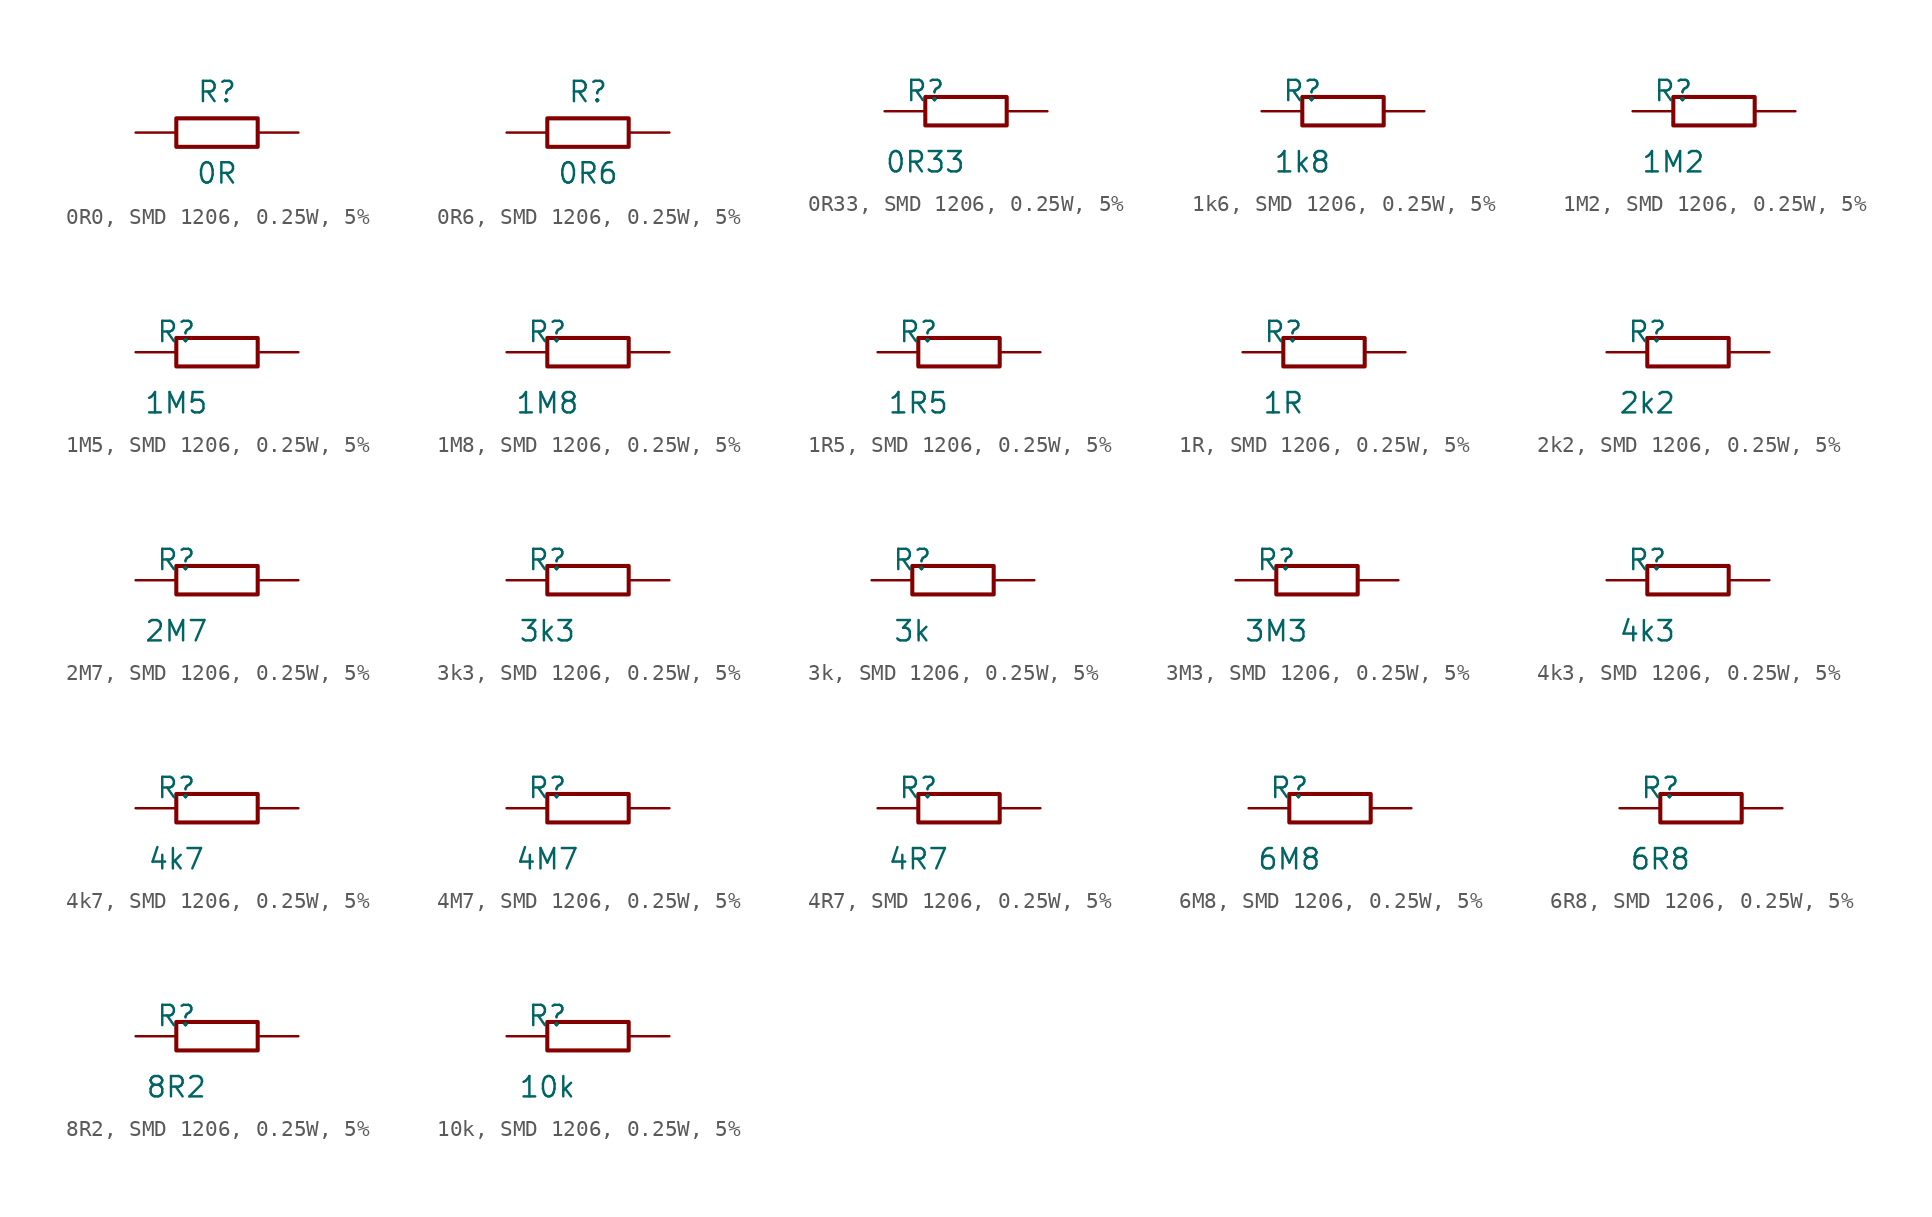
<source format=kicad_sym>
(kicad_symbol_lib
  (version 20220914)
  (generator kicad_symbol_editor)
  (symbol "0R0, SMD 1206, 0.25W, 5%"
    (pin_numbers hide)
    (pin_names
      (offset 0) hide)
    (property "Reference" "R"
      (at 0 2.54 0)
      (effects (font (size 1.27 1.27))))
    (property "Value" "0R"
      (at 0 -2.54 0)
      (effects (font (size 1.27 1.27))))
    (symbol "0R0, SMD 1206, 0.25W, 5%_0_1"
      (rectangle (start -2.54 0.889) (end 2.54 -0.889) (stroke (width 0.254) (type default)) (fill (type none))))
    (symbol "0R0, SMD 1206, 0.25W, 5%_1_1"
      (pin passive line (at -5.08 0 0) (length 2.54) (name "1" (effects (font (size 1.27 1.27)))) (number "1" (effects (font (size 1.27 1.27)))))
      (pin passive line (at 5.08 0 180) (length 2.54) (name "2" (effects (font (size 1.27 1.27)))) (number "2" (effects (font (size 1.27 1.27)))))))
  (symbol "0R6, SMD 1206, 0.25W, 5%"
    (pin_numbers hide)
    (pin_names
      (offset 0) hide)
    (property "Reference" "R"
      (at 0 2.54 0)
      (effects (font (size 1.27 1.27))))
    (property "Value" "0R6"
      (at 0 -2.54 0)
      (effects (font (size 1.27 1.27))))
    (symbol "0R6, SMD 1206, 0.25W, 5%_0_1"
      (rectangle (start -2.54 0.889) (end 2.54 -0.889) (stroke (width 0.254) (type default)) (fill (type none))))
    (symbol "0R6, SMD 1206, 0.25W, 5%_1_1"
      (pin passive line (at -5.08 0 0) (length 2.54) (name "1" (effects (font (size 1.27 1.27)))) (number "1" (effects (font (size 1.27 1.27)))))
      (pin passive line (at 5.08 0 180) (length 2.54) (name "2" (effects (font (size 1.27 1.27)))) (number "2" (effects (font (size 1.27 1.27)))))))
  (symbol "0R33, SMD 1206, 0.25W, 5%"
    (pin_numbers hide)
    (pin_names
      (offset 0) hide)
    (property "Reference" "R"
      (at -2.54 1.27 0)
      (effects (font (size 1.27 1.27))))
    (property "Value" "0R33"
      (at -2.54 -3.175 0)
      (effects (font (size 1.27 1.27))))
    (symbol "0R33, SMD 1206, 0.25W, 5%_0_1"
      (rectangle (start -2.54 0.889) (end 2.54 -0.889) (stroke (width 0.254) (type default)) (fill (type none))))
    (symbol "0R33, SMD 1206, 0.25W, 5%_1_1"
      (pin passive line (at -5.08 0 0) (length 2.54) (name "1" (effects (font (size 1.27 1.27)))) (number "1" (effects (font (size 1.27 1.27)))))
      (pin passive line (at 5.08 0 180) (length 2.54) (name "2" (effects (font (size 1.27 1.27)))) (number "2" (effects (font (size 1.27 1.27)))))))
  (symbol "1k6, SMD 1206, 0.25W, 5%"
    (pin_numbers hide)
    (pin_names
      (offset 0) hide)
    (property "Reference" "R"
      (at -2.54 1.27 0)
      (effects (font (size 1.27 1.27))))
    (property "Value" "1k8"
      (at -2.54 -3.175 0)
      (effects (font (size 1.27 1.27))))
    (symbol "1k6, SMD 1206, 0.25W, 5%_0_1"
      (rectangle (start -2.54 0.889) (end 2.54 -0.889) (stroke (width 0.254) (type default)) (fill (type none))))
    (symbol "1k6, SMD 1206, 0.25W, 5%_1_1"
      (pin passive line (at -5.08 0 0) (length 2.54) (name "1" (effects (font (size 1.27 1.27)))) (number "1" (effects (font (size 1.27 1.27)))))
      (pin passive line (at 5.08 0 180) (length 2.54) (name "2" (effects (font (size 1.27 1.27)))) (number "2" (effects (font (size 1.27 1.27)))))))
  (symbol "1M2, SMD 1206, 0.25W, 5%"
    (pin_numbers hide)
    (pin_names
      (offset 0) hide)
    (property "Reference" "R"
      (at -2.54 1.27 0)
      (effects (font (size 1.27 1.27))))
    (property "Value" "1M2"
      (at -2.54 -3.175 0)
      (effects (font (size 1.27 1.27))))
    (symbol "1M2, SMD 1206, 0.25W, 5%_0_1"
      (rectangle (start -2.54 0.889) (end 2.54 -0.889) (stroke (width 0.254) (type default)) (fill (type none))))
    (symbol "1M2, SMD 1206, 0.25W, 5%_1_1"
      (pin passive line (at -5.08 0 0) (length 2.54) (name "1" (effects (font (size 1.27 1.27)))) (number "1" (effects (font (size 1.27 1.27)))))
      (pin passive line (at 5.08 0 180) (length 2.54) (name "2" (effects (font (size 1.27 1.27)))) (number "2" (effects (font (size 1.27 1.27)))))))
  (symbol "1M5, SMD 1206, 0.25W, 5%"
    (pin_numbers hide)
    (pin_names
      (offset 0) hide)
    (property "Reference" "R"
      (at -2.54 1.27 0)
      (effects (font (size 1.27 1.27))))
    (property "Value" "1M5"
      (at -2.54 -3.175 0)
      (effects (font (size 1.27 1.27))))
    (symbol "1M5, SMD 1206, 0.25W, 5%_0_1"
      (rectangle (start -2.54 0.889) (end 2.54 -0.889) (stroke (width 0.254) (type default)) (fill (type none))))
    (symbol "1M5, SMD 1206, 0.25W, 5%_1_1"
      (pin passive line (at -5.08 0 0) (length 2.54) (name "1" (effects (font (size 1.27 1.27)))) (number "1" (effects (font (size 1.27 1.27)))))
      (pin passive line (at 5.08 0 180) (length 2.54) (name "2" (effects (font (size 1.27 1.27)))) (number "2" (effects (font (size 1.27 1.27)))))))
  (symbol "1M8, SMD 1206, 0.25W, 5%"
    (pin_numbers hide)
    (pin_names
      (offset 0) hide)
    (property "Reference" "R"
      (at -2.54 1.27 0)
      (effects (font (size 1.27 1.27))))
    (property "Value" "1M8"
      (at -2.54 -3.175 0)
      (effects (font (size 1.27 1.27))))
    (symbol "1M8, SMD 1206, 0.25W, 5%_0_1"
      (rectangle (start -2.54 0.889) (end 2.54 -0.889) (stroke (width 0.254) (type default)) (fill (type none))))
    (symbol "1M8, SMD 1206, 0.25W, 5%_1_1"
      (pin passive line (at -5.08 0 0) (length 2.54) (name "1" (effects (font (size 1.27 1.27)))) (number "1" (effects (font (size 1.27 1.27)))))
      (pin passive line (at 5.08 0 180) (length 2.54) (name "2" (effects (font (size 1.27 1.27)))) (number "2" (effects (font (size 1.27 1.27)))))))
  (symbol "1R5, SMD 1206, 0.25W, 5%"
    (pin_numbers hide)
    (pin_names
      (offset 0) hide)
    (property "Reference" "R"
      (at -2.54 1.27 0)
      (effects (font (size 1.27 1.27))))
    (property "Value" "1R5"
      (at -2.54 -3.175 0)
      (effects (font (size 1.27 1.27))))
    (symbol "1R5, SMD 1206, 0.25W, 5%_0_1"
      (rectangle (start -2.54 0.889) (end 2.54 -0.889) (stroke (width 0.254) (type default)) (fill (type none))))
    (symbol "1R5, SMD 1206, 0.25W, 5%_1_1"
      (pin passive line (at -5.08 0 0) (length 2.54) (name "1" (effects (font (size 1.27 1.27)))) (number "1" (effects (font (size 1.27 1.27)))))
      (pin passive line (at 5.08 0 180) (length 2.54) (name "2" (effects (font (size 1.27 1.27)))) (number "2" (effects (font (size 1.27 1.27)))))))
  (symbol "1R, SMD 1206, 0.25W, 5%"
    (pin_numbers hide)
    (pin_names
      (offset 0) hide)
    (property "Reference" "R"
      (at -2.54 1.27 0)
      (effects (font (size 1.27 1.27))))
    (property "Value" "1R"
      (at -2.54 -3.175 0)
      (effects (font (size 1.27 1.27))))
    (symbol "1R, SMD 1206, 0.25W, 5%_0_1"
      (rectangle (start -2.54 0.889) (end 2.54 -0.889) (stroke (width 0.254) (type default)) (fill (type none))))
    (symbol "1R, SMD 1206, 0.25W, 5%_1_1"
      (pin passive line (at -5.08 0 0) (length 2.54) (name "1" (effects (font (size 1.27 1.27)))) (number "1" (effects (font (size 1.27 1.27)))))
      (pin passive line (at 5.08 0 180) (length 2.54) (name "2" (effects (font (size 1.27 1.27)))) (number "2" (effects (font (size 1.27 1.27)))))))
  (symbol "2k2, SMD 1206, 0.25W, 5%"
    (pin_numbers hide)
    (pin_names
      (offset 0) hide)
    (property "Reference" "R"
      (at -2.54 1.27 0)
      (effects (font (size 1.27 1.27))))
    (property "Value" "2k2"
      (at -2.54 -3.175 0)
      (effects (font (size 1.27 1.27))))
    (symbol "2k2, SMD 1206, 0.25W, 5%_0_1"
      (rectangle (start -2.54 0.889) (end 2.54 -0.889) (stroke (width 0.254) (type default)) (fill (type none))))
    (symbol "2k2, SMD 1206, 0.25W, 5%_1_1"
      (pin passive line (at -5.08 0 0) (length 2.54) (name "1" (effects (font (size 1.27 1.27)))) (number "1" (effects (font (size 1.27 1.27)))))
      (pin passive line (at 5.08 0 180) (length 2.54) (name "2" (effects (font (size 1.27 1.27)))) (number "2" (effects (font (size 1.27 1.27)))))))
  (symbol "2M7, SMD 1206, 0.25W, 5%"
    (pin_numbers hide)
    (pin_names
      (offset 0) hide)
    (property "Reference" "R"
      (at -2.54 1.27 0)
      (effects (font (size 1.27 1.27))))
    (property "Value" "2M7"
      (at -2.54 -3.175 0)
      (effects (font (size 1.27 1.27))))
    (symbol "2M7, SMD 1206, 0.25W, 5%_0_1"
      (rectangle (start -2.54 0.889) (end 2.54 -0.889) (stroke (width 0.254) (type default)) (fill (type none))))
    (symbol "2M7, SMD 1206, 0.25W, 5%_1_1"
      (pin passive line (at -5.08 0 0) (length 2.54) (name "1" (effects (font (size 1.27 1.27)))) (number "1" (effects (font (size 1.27 1.27)))))
      (pin passive line (at 5.08 0 180) (length 2.54) (name "2" (effects (font (size 1.27 1.27)))) (number "2" (effects (font (size 1.27 1.27)))))))
  (symbol "3k3, SMD 1206, 0.25W, 5%"
    (pin_numbers hide)
    (pin_names
      (offset 0) hide)
    (property "Reference" "R"
      (at -2.54 1.27 0)
      (effects (font (size 1.27 1.27))))
    (property "Value" "3k3"
      (at -2.54 -3.175 0)
      (effects (font (size 1.27 1.27))))
    (symbol "3k3, SMD 1206, 0.25W, 5%_0_1"
      (rectangle (start -2.54 0.889) (end 2.54 -0.889) (stroke (width 0.254) (type default)) (fill (type none))))
    (symbol "3k3, SMD 1206, 0.25W, 5%_1_1"
      (pin passive line (at -5.08 0 0) (length 2.54) (name "1" (effects (font (size 1.27 1.27)))) (number "1" (effects (font (size 1.27 1.27)))))
      (pin passive line (at 5.08 0 180) (length 2.54) (name "2" (effects (font (size 1.27 1.27)))) (number "2" (effects (font (size 1.27 1.27)))))))
  (symbol "3k, SMD 1206, 0.25W, 5%"
    (pin_numbers hide)
    (pin_names
      (offset 0) hide)
    (property "Reference" "R"
      (at -2.54 1.27 0)
      (effects (font (size 1.27 1.27))))
    (property "Value" "3k"
      (at -2.54 -3.175 0)
      (effects (font (size 1.27 1.27))))
    (symbol "3k, SMD 1206, 0.25W, 5%_0_1"
      (rectangle (start -2.54 0.889) (end 2.54 -0.889) (stroke (width 0.254) (type default)) (fill (type none))))
    (symbol "3k, SMD 1206, 0.25W, 5%_1_1"
      (pin passive line (at -5.08 0 0) (length 2.54) (name "1" (effects (font (size 1.27 1.27)))) (number "1" (effects (font (size 1.27 1.27)))))
      (pin passive line (at 5.08 0 180) (length 2.54) (name "2" (effects (font (size 1.27 1.27)))) (number "2" (effects (font (size 1.27 1.27)))))))
  (symbol "3M3, SMD 1206, 0.25W, 5%"
    (pin_numbers hide)
    (pin_names
      (offset 0) hide)
    (property "Reference" "R"
      (at -2.54 1.27 0)
      (effects (font (size 1.27 1.27))))
    (property "Value" "3M3"
      (at -2.54 -3.175 0)
      (effects (font (size 1.27 1.27))))
    (symbol "3M3, SMD 1206, 0.25W, 5%_0_1"
      (rectangle (start -2.54 0.889) (end 2.54 -0.889) (stroke (width 0.254) (type default)) (fill (type none))))
    (symbol "3M3, SMD 1206, 0.25W, 5%_1_1"
      (pin passive line (at -5.08 0 0) (length 2.54) (name "1" (effects (font (size 1.27 1.27)))) (number "1" (effects (font (size 1.27 1.27)))))
      (pin passive line (at 5.08 0 180) (length 2.54) (name "2" (effects (font (size 1.27 1.27)))) (number "2" (effects (font (size 1.27 1.27)))))))
  (symbol "4k3, SMD 1206, 0.25W, 5%"
    (pin_numbers hide)
    (pin_names
      (offset 0) hide)
    (property "Reference" "R"
      (at -2.54 1.27 0)
      (effects (font (size 1.27 1.27))))
    (property "Value" "4k3"
      (at -2.54 -3.175 0)
      (effects (font (size 1.27 1.27))))
    (symbol "4k3, SMD 1206, 0.25W, 5%_0_1"
      (rectangle (start -2.54 0.889) (end 2.54 -0.889) (stroke (width 0.254) (type default)) (fill (type none))))
    (symbol "4k3, SMD 1206, 0.25W, 5%_1_1"
      (pin passive line (at -5.08 0 0) (length 2.54) (name "1" (effects (font (size 1.27 1.27)))) (number "1" (effects (font (size 1.27 1.27)))))
      (pin passive line (at 5.08 0 180) (length 2.54) (name "2" (effects (font (size 1.27 1.27)))) (number "2" (effects (font (size 1.27 1.27)))))))
  (symbol "4k7, SMD 1206, 0.25W, 5%"
    (pin_numbers hide)
    (pin_names
      (offset 0) hide)
    (property "Reference" "R"
      (at -2.54 1.27 0)
      (effects (font (size 1.27 1.27))))
    (property "Value" "4k7"
      (at -2.54 -3.175 0)
      (effects (font (size 1.27 1.27))))
    (symbol "4k7, SMD 1206, 0.25W, 5%_0_1"
      (rectangle (start -2.54 0.889) (end 2.54 -0.889) (stroke (width 0.254) (type default)) (fill (type none))))
    (symbol "4k7, SMD 1206, 0.25W, 5%_1_1"
      (pin passive line (at -5.08 0 0) (length 2.54) (name "1" (effects (font (size 1.27 1.27)))) (number "1" (effects (font (size 1.27 1.27)))))
      (pin passive line (at 5.08 0 180) (length 2.54) (name "2" (effects (font (size 1.27 1.27)))) (number "2" (effects (font (size 1.27 1.27)))))))
  (symbol "4M7, SMD 1206, 0.25W, 5%"
    (pin_numbers hide)
    (pin_names
      (offset 0) hide)
    (property "Reference" "R"
      (at -2.54 1.27 0)
      (effects (font (size 1.27 1.27))))
    (property "Value" "4M7"
      (at -2.54 -3.175 0)
      (effects (font (size 1.27 1.27))))
    (symbol "4M7, SMD 1206, 0.25W, 5%_0_1"
      (rectangle (start -2.54 0.889) (end 2.54 -0.889) (stroke (width 0.254) (type default)) (fill (type none))))
    (symbol "4M7, SMD 1206, 0.25W, 5%_1_1"
      (pin passive line (at -5.08 0 0) (length 2.54) (name "1" (effects (font (size 1.27 1.27)))) (number "1" (effects (font (size 1.27 1.27)))))
      (pin passive line (at 5.08 0 180) (length 2.54) (name "2" (effects (font (size 1.27 1.27)))) (number "2" (effects (font (size 1.27 1.27)))))))
  (symbol "4R7, SMD 1206, 0.25W, 5%"
    (pin_numbers hide)
    (pin_names
      (offset 0) hide)
    (property "Reference" "R"
      (at -2.54 1.27 0)
      (effects (font (size 1.27 1.27))))
    (property "Value" "4R7"
      (at -2.54 -3.175 0)
      (effects (font (size 1.27 1.27))))
    (symbol "4R7, SMD 1206, 0.25W, 5%_0_1"
      (rectangle (start -2.54 0.889) (end 2.54 -0.889) (stroke (width 0.254) (type default)) (fill (type none))))
    (symbol "4R7, SMD 1206, 0.25W, 5%_1_1"
      (pin passive line (at -5.08 0 0) (length 2.54) (name "1" (effects (font (size 1.27 1.27)))) (number "1" (effects (font (size 1.27 1.27)))))
      (pin passive line (at 5.08 0 180) (length 2.54) (name "2" (effects (font (size 1.27 1.27)))) (number "2" (effects (font (size 1.27 1.27)))))))
  (symbol "6M8, SMD 1206, 0.25W, 5%"
    (pin_numbers hide)
    (pin_names
      (offset 0) hide)
    (property "Reference" "R"
      (at -2.54 1.27 0)
      (effects (font (size 1.27 1.27))))
    (property "Value" "6M8"
      (at -2.54 -3.175 0)
      (effects (font (size 1.27 1.27))))
    (symbol "6M8, SMD 1206, 0.25W, 5%_0_1"
      (rectangle (start -2.54 0.889) (end 2.54 -0.889) (stroke (width 0.254) (type default)) (fill (type none))))
    (symbol "6M8, SMD 1206, 0.25W, 5%_1_1"
      (pin passive line (at -5.08 0 0) (length 2.54) (name "1" (effects (font (size 1.27 1.27)))) (number "1" (effects (font (size 1.27 1.27)))))
      (pin passive line (at 5.08 0 180) (length 2.54) (name "2" (effects (font (size 1.27 1.27)))) (number "2" (effects (font (size 1.27 1.27)))))))
  (symbol "6R8, SMD 1206, 0.25W, 5%"
    (pin_numbers hide)
    (pin_names
      (offset 0) hide)
    (property "Reference" "R"
      (at -2.54 1.27 0)
      (effects (font (size 1.27 1.27))))
    (property "Value" "6R8"
      (at -2.54 -3.175 0)
      (effects (font (size 1.27 1.27))))
    (symbol "6R8, SMD 1206, 0.25W, 5%_0_1"
      (rectangle (start -2.54 0.889) (end 2.54 -0.889) (stroke (width 0.254) (type default)) (fill (type none))))
    (symbol "6R8, SMD 1206, 0.25W, 5%_1_1"
      (pin passive line (at -5.08 0 0) (length 2.54) (name "1" (effects (font (size 1.27 1.27)))) (number "1" (effects (font (size 1.27 1.27)))))
      (pin passive line (at 5.08 0 180) (length 2.54) (name "2" (effects (font (size 1.27 1.27)))) (number "2" (effects (font (size 1.27 1.27)))))))
  (symbol "8R2, SMD 1206, 0.25W, 5%"
    (pin_numbers hide)
    (pin_names
      (offset 0) hide)
    (property "Reference" "R"
      (at -2.54 1.27 0)
      (effects (font (size 1.27 1.27))))
    (property "Value" "8R2"
      (at -2.54 -3.175 0)
      (effects (font (size 1.27 1.27))))
    (symbol "8R2, SMD 1206, 0.25W, 5%_0_1"
      (rectangle (start -2.54 0.889) (end 2.54 -0.889) (stroke (width 0.254) (type default)) (fill (type none))))
    (symbol "8R2, SMD 1206, 0.25W, 5%_1_1"
      (pin passive line (at -5.08 0 0) (length 2.54) (name "1" (effects (font (size 1.27 1.27)))) (number "1" (effects (font (size 1.27 1.27)))))
      (pin passive line (at 5.08 0 180) (length 2.54) (name "2" (effects (font (size 1.27 1.27)))) (number "2" (effects (font (size 1.27 1.27)))))))
  (symbol "10k, SMD 1206, 0.25W, 5%"
    (pin_numbers hide)
    (pin_names
      (offset 0) hide)
    (property "Reference" "R"
      (at -2.54 1.27 0)
      (effects (font (size 1.27 1.27))))
    (property "Value" "10k"
      (at -2.54 -3.175 0)
      (effects (font (size 1.27 1.27))))
    (symbol "10k, SMD 1206, 0.25W, 5%_0_1"
      (rectangle (start -2.54 0.889) (end 2.54 -0.889) (stroke (width 0.254) (type default)) (fill (type none))))
    (symbol "10k, SMD 1206, 0.25W, 5%_1_1"
      (pin passive line (at -5.08 0 0) (length 2.54) (name "1" (effects (font (size 1.27 1.27)))) (number "1" (effects (font (size 1.27 1.27)))))
      (pin passive line (at 5.08 0 180) (length 2.54) (name "2" (effects (font (size 1.27 1.27)))) (number "2" (effects (font (size 1.27 1.27))))))))
</source>
